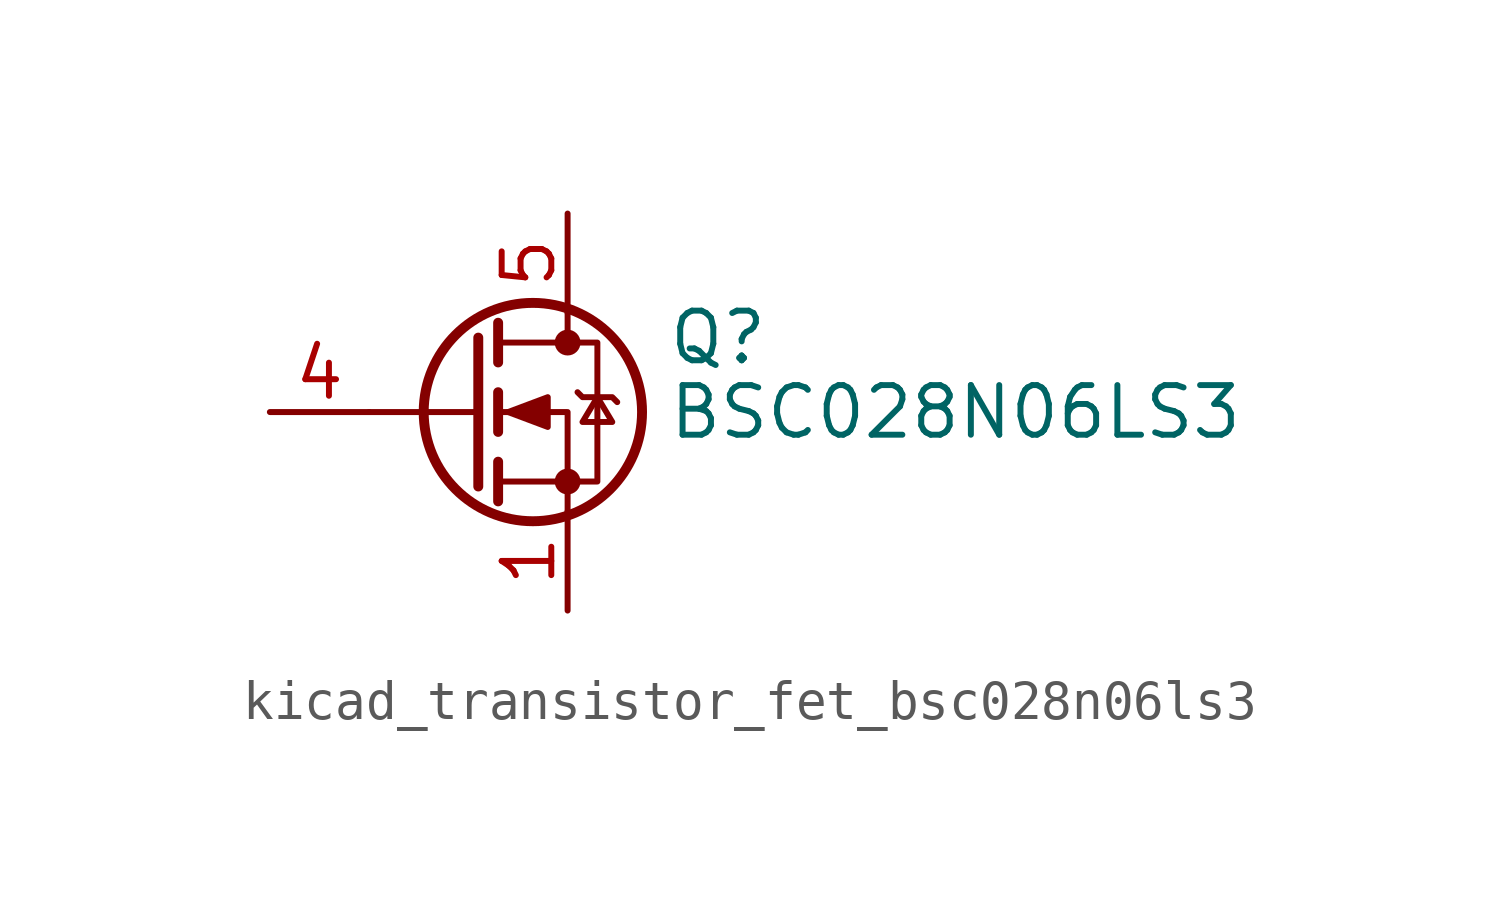
<source format=kicad_sym>
(kicad_symbol_lib
  (version 20220914)
  (generator kicad_symbol_editor)
  (symbol "kicad_transistor_fet_bsc028n06ls3"
    (pin_names hide)
    (property "Reference" "Q"
      (at 5.08 1.905 0)
      (effects (font (size 1.27 1.27)) (justify left)))
    (property "Value" "BSC028N06LS3"
      (at 5.08 0 0)
      (effects (font (size 1.27 1.27)) (justify left)))
    (symbol "kicad_transistor_fet_bsc028n06ls3_0_1"
      (polyline (pts (xy 0.254 0) (xy -2.54 0)) (stroke (width 0) (type default)) (fill (type none)))
      (polyline (pts (xy 0.254 1.905) (xy 0.254 -1.905)) (stroke (width 0.254) (type default)) (fill (type none)))
      (polyline (pts (xy 0.762 -1.27) (xy 0.762 -2.286)) (stroke (width 0.254) (type default)) (fill (type none)))
      (polyline (pts (xy 0.762 0.508) (xy 0.762 -0.508)) (stroke (width 0.254) (type default)) (fill (type none)))
      (polyline (pts (xy 0.762 2.286) (xy 0.762 1.27)) (stroke (width 0.254) (type default)) (fill (type none)))
      (polyline (pts (xy 2.54 2.54) (xy 2.54 1.778)) (stroke (width 0) (type default)) (fill (type none)))
      (polyline (pts (xy 2.54 -2.54) (xy 2.54 0) (xy 0.762 0)) (stroke (width 0) (type default)) (fill (type none)))
      (polyline (pts (xy 0.762 -1.778) (xy 3.302 -1.778) (xy 3.302 1.778) (xy 0.762 1.778)) (stroke (width 0) (type default)) (fill (type none)))
      (polyline (pts (xy 1.016 0) (xy 2.032 0.381) (xy 2.032 -0.381) (xy 1.016 0)) (stroke (width 0) (type default)) (fill (type outline)))
      (polyline (pts (xy 2.794 0.508) (xy 2.921 0.381) (xy 3.683 0.381) (xy 3.81 0.254)) (stroke (width 0) (type default)) (fill (type none)))
      (polyline (pts (xy 3.302 0.381) (xy 2.921 -0.254) (xy 3.683 -0.254) (xy 3.302 0.381)) (stroke (width 0) (type default)) (fill (type none)))
      (circle (center 1.651 0) (radius 2.794) (stroke (width 0.254) (type default)) (fill (type none)))
      (circle (center 2.54 -1.778) (radius 0.254) (stroke (width 0) (type default)) (fill (type outline)))
      (circle (center 2.54 1.778) (radius 0.254) (stroke (width 0) (type default)) (fill (type outline))))
    (symbol "kicad_transistor_fet_bsc028n06ls3_1_1"
      (pin passive line (at 2.54 -5.08 90) (length 2.54) (name "S" (effects (font (size 1.27 1.27)))) (number "1" (effects (font (size 1.27 1.27)))))
      (pin passive line (at 2.54 -5.08 90) (length 2.54) hide (name "S" (effects (font (size 1.27 1.27)))) (number "2" (effects (font (size 1.27 1.27)))))
      (pin passive line (at 2.54 -5.08 90) (length 2.54) hide (name "S" (effects (font (size 1.27 1.27)))) (number "3" (effects (font (size 1.27 1.27)))))
      (pin passive line (at -5.08 0 0) (length 2.54) (name "G" (effects (font (size 1.27 1.27)))) (number "4" (effects (font (size 1.27 1.27)))))
      (pin passive line (at 2.54 5.08 270) (length 2.54) (name "D" (effects (font (size 1.27 1.27)))) (number "5" (effects (font (size 1.27 1.27))))))))
</source>
